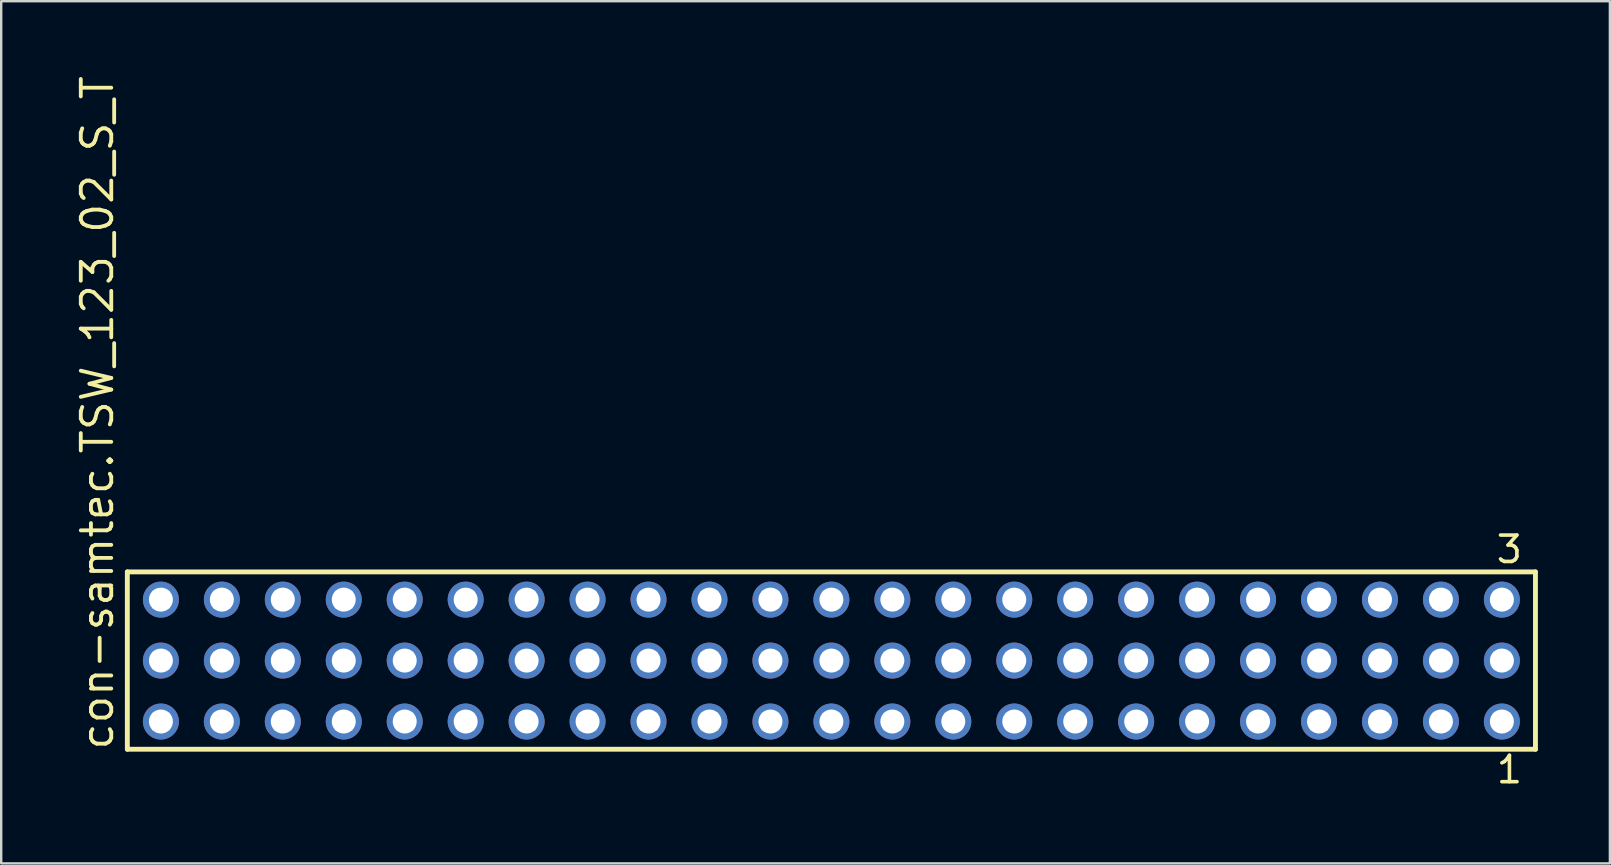
<source format=kicad_pcb>
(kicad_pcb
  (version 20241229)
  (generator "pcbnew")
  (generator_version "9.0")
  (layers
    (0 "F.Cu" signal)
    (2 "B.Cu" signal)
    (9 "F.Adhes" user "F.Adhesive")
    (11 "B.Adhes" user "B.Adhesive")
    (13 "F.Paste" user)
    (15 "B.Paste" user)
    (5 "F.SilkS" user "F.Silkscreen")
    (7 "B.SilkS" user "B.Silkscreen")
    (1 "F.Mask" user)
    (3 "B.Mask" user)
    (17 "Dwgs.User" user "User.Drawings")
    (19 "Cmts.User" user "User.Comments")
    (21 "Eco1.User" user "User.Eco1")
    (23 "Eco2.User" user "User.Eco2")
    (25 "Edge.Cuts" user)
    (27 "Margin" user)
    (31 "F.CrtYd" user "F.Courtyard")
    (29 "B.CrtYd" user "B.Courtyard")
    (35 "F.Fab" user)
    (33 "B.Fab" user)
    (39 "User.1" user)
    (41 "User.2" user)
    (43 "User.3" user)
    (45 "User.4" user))
  (footprint "con-samtec.TSW_123_02_S_T"
    (layer "F.Cu")
    (at 31.595 24.477)
    (property "Reference" "con-samtec.TSW_123_02_S_T" (at -29.845 3.81 90) (layer "F.SilkS") (effects (font (size 1.27 1.27) (thickness 0.16)) (justify left bottom)))
    (attr through_hole)
    (fp_line (start -29.339 -3.695) (end 29.339 -3.695) (stroke (width 0.203) (type default)) (layer "F.SilkS"))
    (fp_line (start -29.339 3.695) (end -29.339 -3.695) (stroke (width 0.203) (type default)) (layer "F.SilkS"))
    (fp_line (start 29.339 -3.695) (end 29.339 3.695) (stroke (width 0.203) (type default)) (layer "F.SilkS"))
    (fp_line (start 29.339 3.695) (end -29.339 3.695) (stroke (width 0.203) (type default)) (layer "F.SilkS"))
    (fp_rect (start -28.29 -2.19) (end -27.59 -2.89) (stroke (width 0.05) (type default)) (fill no) (layer "F.Fab"))
    (fp_rect (start -28.29 0.35) (end -27.59 -0.35) (stroke (width 0.05) (type default)) (fill no) (layer "F.Fab"))
    (fp_rect (start -28.29 2.89) (end -27.59 2.19) (stroke (width 0.05) (type default)) (fill no) (layer "F.Fab"))
    (fp_rect (start -25.75 -2.19) (end -25.05 -2.89) (stroke (width 0.05) (type default)) (fill no) (layer "F.Fab"))
    (fp_rect (start -25.75 0.35) (end -25.05 -0.35) (stroke (width 0.05) (type default)) (fill no) (layer "F.Fab"))
    (fp_rect (start -25.75 2.89) (end -25.05 2.19) (stroke (width 0.05) (type default)) (fill no) (layer "F.Fab"))
    (fp_rect (start -23.21 -2.19) (end -22.51 -2.89) (stroke (width 0.05) (type default)) (fill no) (layer "F.Fab"))
    (fp_rect (start -23.21 0.35) (end -22.51 -0.35) (stroke (width 0.05) (type default)) (fill no) (layer "F.Fab"))
    (fp_rect (start -23.21 2.89) (end -22.51 2.19) (stroke (width 0.05) (type default)) (fill no) (layer "F.Fab"))
    (fp_rect (start -20.67 -2.19) (end -19.97 -2.89) (stroke (width 0.05) (type default)) (fill no) (layer "F.Fab"))
    (fp_rect (start -20.67 0.35) (end -19.97 -0.35) (stroke (width 0.05) (type default)) (fill no) (layer "F.Fab"))
    (fp_rect (start -20.67 2.89) (end -19.97 2.19) (stroke (width 0.05) (type default)) (fill no) (layer "F.Fab"))
    (fp_rect (start -18.13 -2.19) (end -17.43 -2.89) (stroke (width 0.05) (type default)) (fill no) (layer "F.Fab"))
    (fp_rect (start -18.13 0.35) (end -17.43 -0.35) (stroke (width 0.05) (type default)) (fill no) (layer "F.Fab"))
    (fp_rect (start -18.13 2.89) (end -17.43 2.19) (stroke (width 0.05) (type default)) (fill no) (layer "F.Fab"))
    (fp_rect (start -15.59 -2.19) (end -14.89 -2.89) (stroke (width 0.05) (type default)) (fill no) (layer "F.Fab"))
    (fp_rect (start -15.59 0.35) (end -14.89 -0.35) (stroke (width 0.05) (type default)) (fill no) (layer "F.Fab"))
    (fp_rect (start -15.59 2.89) (end -14.89 2.19) (stroke (width 0.05) (type default)) (fill no) (layer "F.Fab"))
    (fp_rect (start -13.05 -2.19) (end -12.35 -2.89) (stroke (width 0.05) (type default)) (fill no) (layer "F.Fab"))
    (fp_rect (start -13.05 0.35) (end -12.35 -0.35) (stroke (width 0.05) (type default)) (fill no) (layer "F.Fab"))
    (fp_rect (start -13.05 2.89) (end -12.35 2.19) (stroke (width 0.05) (type default)) (fill no) (layer "F.Fab"))
    (fp_rect (start -10.51 -2.19) (end -9.81 -2.89) (stroke (width 0.05) (type default)) (fill no) (layer "F.Fab"))
    (fp_rect (start -10.51 0.35) (end -9.81 -0.35) (stroke (width 0.05) (type default)) (fill no) (layer "F.Fab"))
    (fp_rect (start -10.51 2.89) (end -9.81 2.19) (stroke (width 0.05) (type default)) (fill no) (layer "F.Fab"))
    (fp_rect (start -7.97 -2.19) (end -7.27 -2.89) (stroke (width 0.05) (type default)) (fill no) (layer "F.Fab"))
    (fp_rect (start -7.97 0.35) (end -7.27 -0.35) (stroke (width 0.05) (type default)) (fill no) (layer "F.Fab"))
    (fp_rect (start -7.97 2.89) (end -7.27 2.19) (stroke (width 0.05) (type default)) (fill no) (layer "F.Fab"))
    (fp_rect (start -5.43 -2.19) (end -4.73 -2.89) (stroke (width 0.05) (type default)) (fill no) (layer "F.Fab"))
    (fp_rect (start -5.43 0.35) (end -4.73 -0.35) (stroke (width 0.05) (type default)) (fill no) (layer "F.Fab"))
    (fp_rect (start -5.43 2.89) (end -4.73 2.19) (stroke (width 0.05) (type default)) (fill no) (layer "F.Fab"))
    (fp_rect (start -2.89 -2.19) (end -2.19 -2.89) (stroke (width 0.05) (type default)) (fill no) (layer "F.Fab"))
    (fp_rect (start -2.89 0.35) (end -2.19 -0.35) (stroke (width 0.05) (type default)) (fill no) (layer "F.Fab"))
    (fp_rect (start -2.89 2.89) (end -2.19 2.19) (stroke (width 0.05) (type default)) (fill no) (layer "F.Fab"))
    (fp_rect (start -0.35 -2.19) (end 0.35 -2.89) (stroke (width 0.05) (type default)) (fill no) (layer "F.Fab"))
    (fp_rect (start -0.35 0.35) (end 0.35 -0.35) (stroke (width 0.05) (type default)) (fill no) (layer "F.Fab"))
    (fp_rect (start -0.35 2.89) (end 0.35 2.19) (stroke (width 0.05) (type default)) (fill no) (layer "F.Fab"))
    (fp_rect (start 2.19 -2.19) (end 2.89 -2.89) (stroke (width 0.05) (type default)) (fill no) (layer "F.Fab"))
    (fp_rect (start 2.19 0.35) (end 2.89 -0.35) (stroke (width 0.05) (type default)) (fill no) (layer "F.Fab"))
    (fp_rect (start 2.19 2.89) (end 2.89 2.19) (stroke (width 0.05) (type default)) (fill no) (layer "F.Fab"))
    (fp_rect (start 4.73 -2.19) (end 5.43 -2.89) (stroke (width 0.05) (type default)) (fill no) (layer "F.Fab"))
    (fp_rect (start 4.73 0.35) (end 5.43 -0.35) (stroke (width 0.05) (type default)) (fill no) (layer "F.Fab"))
    (fp_rect (start 4.73 2.89) (end 5.43 2.19) (stroke (width 0.05) (type default)) (fill no) (layer "F.Fab"))
    (fp_rect (start 7.27 -2.19) (end 7.97 -2.89) (stroke (width 0.05) (type default)) (fill no) (layer "F.Fab"))
    (fp_rect (start 7.27 0.35) (end 7.97 -0.35) (stroke (width 0.05) (type default)) (fill no) (layer "F.Fab"))
    (fp_rect (start 7.27 2.89) (end 7.97 2.19) (stroke (width 0.05) (type default)) (fill no) (layer "F.Fab"))
    (fp_rect (start 9.81 -2.19) (end 10.51 -2.89) (stroke (width 0.05) (type default)) (fill no) (layer "F.Fab"))
    (fp_rect (start 9.81 0.35) (end 10.51 -0.35) (stroke (width 0.05) (type default)) (fill no) (layer "F.Fab"))
    (fp_rect (start 9.81 2.89) (end 10.51 2.19) (stroke (width 0.05) (type default)) (fill no) (layer "F.Fab"))
    (fp_rect (start 12.35 -2.19) (end 13.05 -2.89) (stroke (width 0.05) (type default)) (fill no) (layer "F.Fab"))
    (fp_rect (start 12.35 0.35) (end 13.05 -0.35) (stroke (width 0.05) (type default)) (fill no) (layer "F.Fab"))
    (fp_rect (start 12.35 2.89) (end 13.05 2.19) (stroke (width 0.05) (type default)) (fill no) (layer "F.Fab"))
    (fp_rect (start 14.89 -2.19) (end 15.59 -2.89) (stroke (width 0.05) (type default)) (fill no) (layer "F.Fab"))
    (fp_rect (start 14.89 0.35) (end 15.59 -0.35) (stroke (width 0.05) (type default)) (fill no) (layer "F.Fab"))
    (fp_rect (start 14.89 2.89) (end 15.59 2.19) (stroke (width 0.05) (type default)) (fill no) (layer "F.Fab"))
    (fp_rect (start 17.43 -2.19) (end 18.13 -2.89) (stroke (width 0.05) (type default)) (fill no) (layer "F.Fab"))
    (fp_rect (start 17.43 0.35) (end 18.13 -0.35) (stroke (width 0.05) (type default)) (fill no) (layer "F.Fab"))
    (fp_rect (start 17.43 2.89) (end 18.13 2.19) (stroke (width 0.05) (type default)) (fill no) (layer "F.Fab"))
    (fp_rect (start 19.97 -2.19) (end 20.67 -2.89) (stroke (width 0.05) (type default)) (fill no) (layer "F.Fab"))
    (fp_rect (start 19.97 0.35) (end 20.67 -0.35) (stroke (width 0.05) (type default)) (fill no) (layer "F.Fab"))
    (fp_rect (start 19.97 2.89) (end 20.67 2.19) (stroke (width 0.05) (type default)) (fill no) (layer "F.Fab"))
    (fp_rect (start 22.51 -2.19) (end 23.21 -2.89) (stroke (width 0.05) (type default)) (fill no) (layer "F.Fab"))
    (fp_rect (start 22.51 0.35) (end 23.21 -0.35) (stroke (width 0.05) (type default)) (fill no) (layer "F.Fab"))
    (fp_rect (start 22.51 2.89) (end 23.21 2.19) (stroke (width 0.05) (type default)) (fill no) (layer "F.Fab"))
    (fp_rect (start 25.05 -2.19) (end 25.75 -2.89) (stroke (width 0.05) (type default)) (fill no) (layer "F.Fab"))
    (fp_rect (start 25.05 0.35) (end 25.75 -0.35) (stroke (width 0.05) (type default)) (fill no) (layer "F.Fab"))
    (fp_rect (start 25.05 2.89) (end 25.75 2.19) (stroke (width 0.05) (type default)) (fill no) (layer "F.Fab"))
    (fp_rect (start 27.59 -2.19) (end 28.29 -2.89) (stroke (width 0.05) (type default)) (fill no) (layer "F.Fab"))
    (fp_rect (start 27.59 0.35) (end 28.29 -0.35) (stroke (width 0.05) (type default)) (fill no) (layer "F.Fab"))
    (fp_rect (start 27.59 2.89) (end 28.29 2.19) (stroke (width 0.05) (type default)) (fill no) (layer "F.Fab"))
    (fp_text user "3" (at 27.628 -3.989 0) (layer "F.SilkS") (effects (font (size 1.1 1.1) (thickness 0.15)) (justify left bottom)))
    (fp_text user "1" (at 27.632 5.188 0) (layer "F.SilkS") (effects (font (size 1.1 1.1) (thickness 0.15)) (justify left bottom)))
    (pad "1" thru_hole circle (at 27.94 2.54 180) (size 1.5 1.5) (drill 1) (layers "*.Cu" "*.Mask"))
    (pad "2" thru_hole circle (at 27.94 0 180) (size 1.5 1.5) (drill 1) (layers "*.Cu" "*.Mask"))
    (pad "3" thru_hole circle (at 27.94 -2.54 180) (size 1.5 1.5) (drill 1) (layers "*.Cu" "*.Mask"))
    (pad "4" thru_hole circle (at 25.4 2.54 180) (size 1.5 1.5) (drill 1) (layers "*.Cu" "*.Mask"))
    (pad "5" thru_hole circle (at 25.4 0 180) (size 1.5 1.5) (drill 1) (layers "*.Cu" "*.Mask"))
    (pad "6" thru_hole circle (at 25.4 -2.54 180) (size 1.5 1.5) (drill 1) (layers "*.Cu" "*.Mask"))
    (pad "7" thru_hole circle (at 22.86 2.54 180) (size 1.5 1.5) (drill 1) (layers "*.Cu" "*.Mask"))
    (pad "8" thru_hole circle (at 22.86 0 180) (size 1.5 1.5) (drill 1) (layers "*.Cu" "*.Mask"))
    (pad "9" thru_hole circle (at 22.86 -2.54 180) (size 1.5 1.5) (drill 1) (layers "*.Cu" "*.Mask"))
    (pad "10" thru_hole circle (at 20.32 2.54 180) (size 1.5 1.5) (drill 1) (layers "*.Cu" "*.Mask"))
    (pad "11" thru_hole circle (at 20.32 0 180) (size 1.5 1.5) (drill 1) (layers "*.Cu" "*.Mask"))
    (pad "12" thru_hole circle (at 20.32 -2.54 180) (size 1.5 1.5) (drill 1) (layers "*.Cu" "*.Mask"))
    (pad "13" thru_hole circle (at 17.78 2.54 180) (size 1.5 1.5) (drill 1) (layers "*.Cu" "*.Mask"))
    (pad "14" thru_hole circle (at 17.78 0 180) (size 1.5 1.5) (drill 1) (layers "*.Cu" "*.Mask"))
    (pad "15" thru_hole circle (at 17.78 -2.54 180) (size 1.5 1.5) (drill 1) (layers "*.Cu" "*.Mask"))
    (pad "16" thru_hole circle (at 15.24 2.54 180) (size 1.5 1.5) (drill 1) (layers "*.Cu" "*.Mask"))
    (pad "17" thru_hole circle (at 15.24 0 180) (size 1.5 1.5) (drill 1) (layers "*.Cu" "*.Mask"))
    (pad "18" thru_hole circle (at 15.24 -2.54 180) (size 1.5 1.5) (drill 1) (layers "*.Cu" "*.Mask"))
    (pad "19" thru_hole circle (at 12.7 2.54 180) (size 1.5 1.5) (drill 1) (layers "*.Cu" "*.Mask"))
    (pad "20" thru_hole circle (at 12.7 0 180) (size 1.5 1.5) (drill 1) (layers "*.Cu" "*.Mask"))
    (pad "21" thru_hole circle (at 12.7 -2.54 180) (size 1.5 1.5) (drill 1) (layers "*.Cu" "*.Mask"))
    (pad "22" thru_hole circle (at 10.16 2.54 180) (size 1.5 1.5) (drill 1) (layers "*.Cu" "*.Mask"))
    (pad "23" thru_hole circle (at 10.16 0 180) (size 1.5 1.5) (drill 1) (layers "*.Cu" "*.Mask"))
    (pad "24" thru_hole circle (at 10.16 -2.54 180) (size 1.5 1.5) (drill 1) (layers "*.Cu" "*.Mask"))
    (pad "25" thru_hole circle (at 7.62 2.54 180) (size 1.5 1.5) (drill 1) (layers "*.Cu" "*.Mask"))
    (pad "26" thru_hole circle (at 7.62 0 180) (size 1.5 1.5) (drill 1) (layers "*.Cu" "*.Mask"))
    (pad "27" thru_hole circle (at 7.62 -2.54 180) (size 1.5 1.5) (drill 1) (layers "*.Cu" "*.Mask"))
    (pad "28" thru_hole circle (at 5.08 2.54 180) (size 1.5 1.5) (drill 1) (layers "*.Cu" "*.Mask"))
    (pad "29" thru_hole circle (at 5.08 0 180) (size 1.5 1.5) (drill 1) (layers "*.Cu" "*.Mask"))
    (pad "30" thru_hole circle (at 5.08 -2.54 180) (size 1.5 1.5) (drill 1) (layers "*.Cu" "*.Mask"))
    (pad "31" thru_hole circle (at 2.54 2.54 180) (size 1.5 1.5) (drill 1) (layers "*.Cu" "*.Mask"))
    (pad "32" thru_hole circle (at 2.54 0 180) (size 1.5 1.5) (drill 1) (layers "*.Cu" "*.Mask"))
    (pad "33" thru_hole circle (at 2.54 -2.54 180) (size 1.5 1.5) (drill 1) (layers "*.Cu" "*.Mask"))
    (pad "34" thru_hole circle (at 0 2.54 180) (size 1.5 1.5) (drill 1) (layers "*.Cu" "*.Mask"))
    (pad "35" thru_hole circle (at 0 0 180) (size 1.5 1.5) (drill 1) (layers "*.Cu" "*.Mask"))
    (pad "36" thru_hole circle (at 0 -2.54 180) (size 1.5 1.5) (drill 1) (layers "*.Cu" "*.Mask"))
    (pad "37" thru_hole circle (at -2.54 2.54 180) (size 1.5 1.5) (drill 1) (layers "*.Cu" "*.Mask"))
    (pad "38" thru_hole circle (at -2.54 0 180) (size 1.5 1.5) (drill 1) (layers "*.Cu" "*.Mask"))
    (pad "39" thru_hole circle (at -2.54 -2.54 180) (size 1.5 1.5) (drill 1) (layers "*.Cu" "*.Mask"))
    (pad "40" thru_hole circle (at -5.08 2.54 180) (size 1.5 1.5) (drill 1) (layers "*.Cu" "*.Mask"))
    (pad "41" thru_hole circle (at -5.08 0 180) (size 1.5 1.5) (drill 1) (layers "*.Cu" "*.Mask"))
    (pad "42" thru_hole circle (at -5.08 -2.54 180) (size 1.5 1.5) (drill 1) (layers "*.Cu" "*.Mask"))
    (pad "43" thru_hole circle (at -7.62 2.54 180) (size 1.5 1.5) (drill 1) (layers "*.Cu" "*.Mask"))
    (pad "44" thru_hole circle (at -7.62 0 180) (size 1.5 1.5) (drill 1) (layers "*.Cu" "*.Mask"))
    (pad "45" thru_hole circle (at -7.62 -2.54 180) (size 1.5 1.5) (drill 1) (layers "*.Cu" "*.Mask"))
    (pad "46" thru_hole circle (at -10.16 2.54 180) (size 1.5 1.5) (drill 1) (layers "*.Cu" "*.Mask"))
    (pad "47" thru_hole circle (at -10.16 0 180) (size 1.5 1.5) (drill 1) (layers "*.Cu" "*.Mask"))
    (pad "48" thru_hole circle (at -10.16 -2.54 180) (size 1.5 1.5) (drill 1) (layers "*.Cu" "*.Mask"))
    (pad "49" thru_hole circle (at -12.7 2.54 180) (size 1.5 1.5) (drill 1) (layers "*.Cu" "*.Mask"))
    (pad "50" thru_hole circle (at -12.7 0 180) (size 1.5 1.5) (drill 1) (layers "*.Cu" "*.Mask"))
    (pad "51" thru_hole circle (at -12.7 -2.54 180) (size 1.5 1.5) (drill 1) (layers "*.Cu" "*.Mask"))
    (pad "52" thru_hole circle (at -15.24 2.54 180) (size 1.5 1.5) (drill 1) (layers "*.Cu" "*.Mask"))
    (pad "53" thru_hole circle (at -15.24 0 180) (size 1.5 1.5) (drill 1) (layers "*.Cu" "*.Mask"))
    (pad "54" thru_hole circle (at -15.24 -2.54 180) (size 1.5 1.5) (drill 1) (layers "*.Cu" "*.Mask"))
    (pad "55" thru_hole circle (at -17.78 2.54 180) (size 1.5 1.5) (drill 1) (layers "*.Cu" "*.Mask"))
    (pad "56" thru_hole circle (at -17.78 0 180) (size 1.5 1.5) (drill 1) (layers "*.Cu" "*.Mask"))
    (pad "57" thru_hole circle (at -17.78 -2.54 180) (size 1.5 1.5) (drill 1) (layers "*.Cu" "*.Mask"))
    (pad "58" thru_hole circle (at -20.32 2.54 180) (size 1.5 1.5) (drill 1) (layers "*.Cu" "*.Mask"))
    (pad "59" thru_hole circle (at -20.32 0 180) (size 1.5 1.5) (drill 1) (layers "*.Cu" "*.Mask"))
    (pad "60" thru_hole circle (at -20.32 -2.54 180) (size 1.5 1.5) (drill 1) (layers "*.Cu" "*.Mask"))
    (pad "61" thru_hole circle (at -22.86 2.54 180) (size 1.5 1.5) (drill 1) (layers "*.Cu" "*.Mask"))
    (pad "62" thru_hole circle (at -22.86 0 180) (size 1.5 1.5) (drill 1) (layers "*.Cu" "*.Mask"))
    (pad "63" thru_hole circle (at -22.86 -2.54 180) (size 1.5 1.5) (drill 1) (layers "*.Cu" "*.Mask"))
    (pad "64" thru_hole circle (at -25.4 2.54 180) (size 1.5 1.5) (drill 1) (layers "*.Cu" "*.Mask"))
    (pad "65" thru_hole circle (at -25.4 0 180) (size 1.5 1.5) (drill 1) (layers "*.Cu" "*.Mask"))
    (pad "66" thru_hole circle (at -25.4 -2.54 180) (size 1.5 1.5) (drill 1) (layers "*.Cu" "*.Mask"))
    (pad "67" thru_hole circle (at -27.94 2.54 180) (size 1.5 1.5) (drill 1) (layers "*.Cu" "*.Mask"))
    (pad "68" thru_hole circle (at -27.94 0 180) (size 1.5 1.5) (drill 1) (layers "*.Cu" "*.Mask"))
    (pad "69" thru_hole circle (at -27.94 -2.54 180) (size 1.5 1.5) (drill 1) (layers "*.Cu" "*.Mask")))
  (gr_rect
    (start -3 -3)
    (end 64.036 32.928)
    (stroke (width 0.1) (type default))
    (fill no)
    (layer "Edge.Cuts")))
</source>
